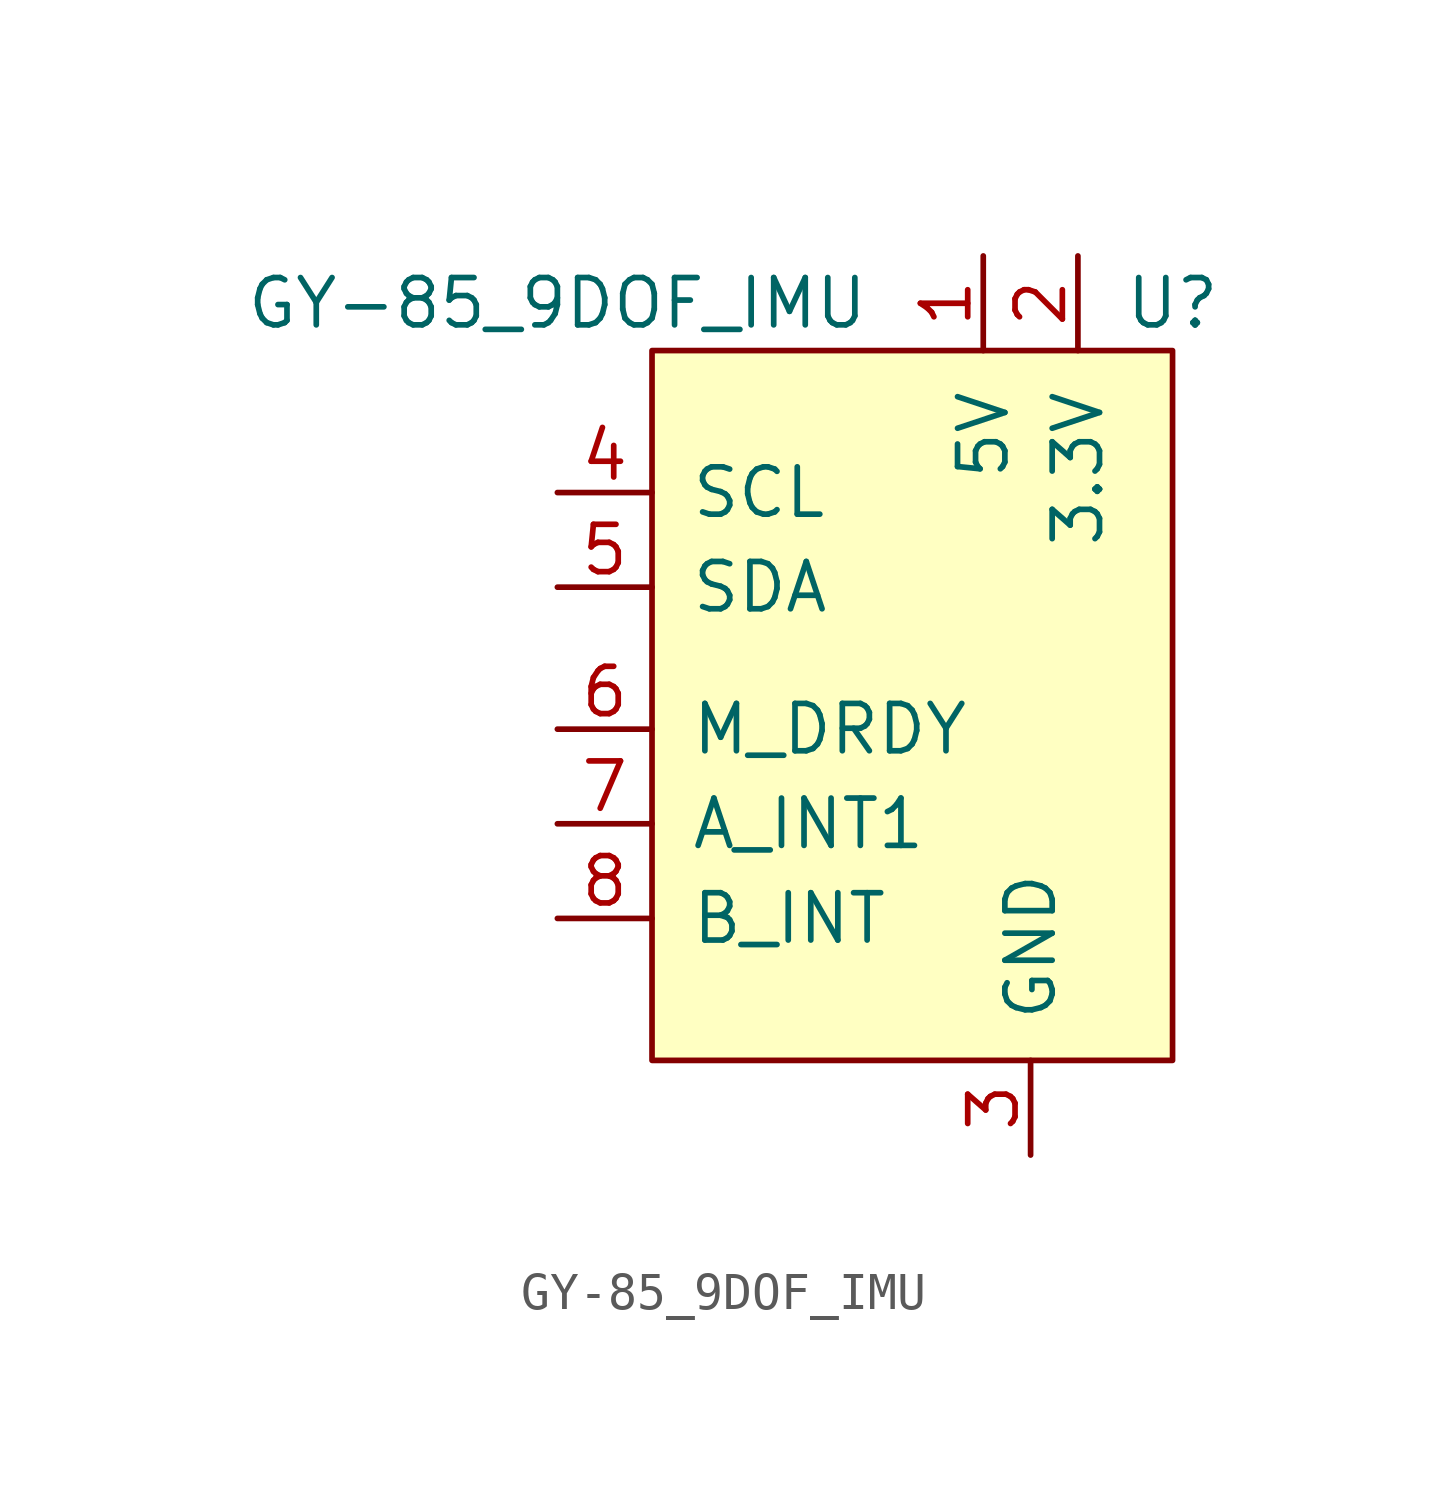
<source format=kicad_sym>
(kicad_symbol_lib
  (version 20211014)
  (generator kicad_symbol_editor)
  (symbol "GY-85_9DOF_IMU"
    (pin_names
      (offset 1.016))
    (property "Reference" "U"
      (at 3.81 10.16 0)
      (effects (font (size 1.27 1.27))))
    (property "Value" "GY-85_9DOF_IMU"
      (at -12.7 10.16 0)
      (effects (font (size 1.27 1.27))))
    (symbol "GY-85_9DOF_IMU_0_1"
      (rectangle (start -10.16 8.89) (end 3.81 -10.16) (stroke (width 0) (type default) (color 0 0 0 0)) (fill (type background))))
    (symbol "GY-85_9DOF_IMU_1_1"
      (pin power_in line (at -1.27 11.43 270) (length 2.54) (name "5V" (effects (font (size 1.27 1.27)))) (number "1" (effects (font (size 1.27 1.27)))))
      (pin power_in line (at 1.27 11.43 270) (length 2.54) (name "3.3V" (effects (font (size 1.27 1.27)))) (number "2" (effects (font (size 1.27 1.27)))))
      (pin passive line (at 0 -12.7 90) (length 2.54) (name "GND" (effects (font (size 1.27 1.27)))) (number "3" (effects (font (size 1.27 1.27)))))
      (pin bidirectional line (at -12.7 5.08 0) (length 2.54) (name "SCL" (effects (font (size 1.27 1.27)))) (number "4" (effects (font (size 1.27 1.27)))))
      (pin bidirectional line (at -12.7 2.54 0) (length 2.54) (name "SDA" (effects (font (size 1.27 1.27)))) (number "5" (effects (font (size 1.27 1.27)))))
      (pin output line (at -12.7 -1.27 0) (length 2.54) (name "M_DRDY" (effects (font (size 1.27 1.27)))) (number "6" (effects (font (size 1.27 1.27)))))
      (pin output line (at -12.7 -3.81 0) (length 2.54) (name "A_INT1" (effects (font (size 1.27 1.27)))) (number "7" (effects (font (size 1.27 1.27)))))
      (pin output line (at -12.7 -6.35 0) (length 2.54) (name "B_INT" (effects (font (size 1.27 1.27)))) (number "8" (effects (font (size 1.27 1.27))))))))
</source>
